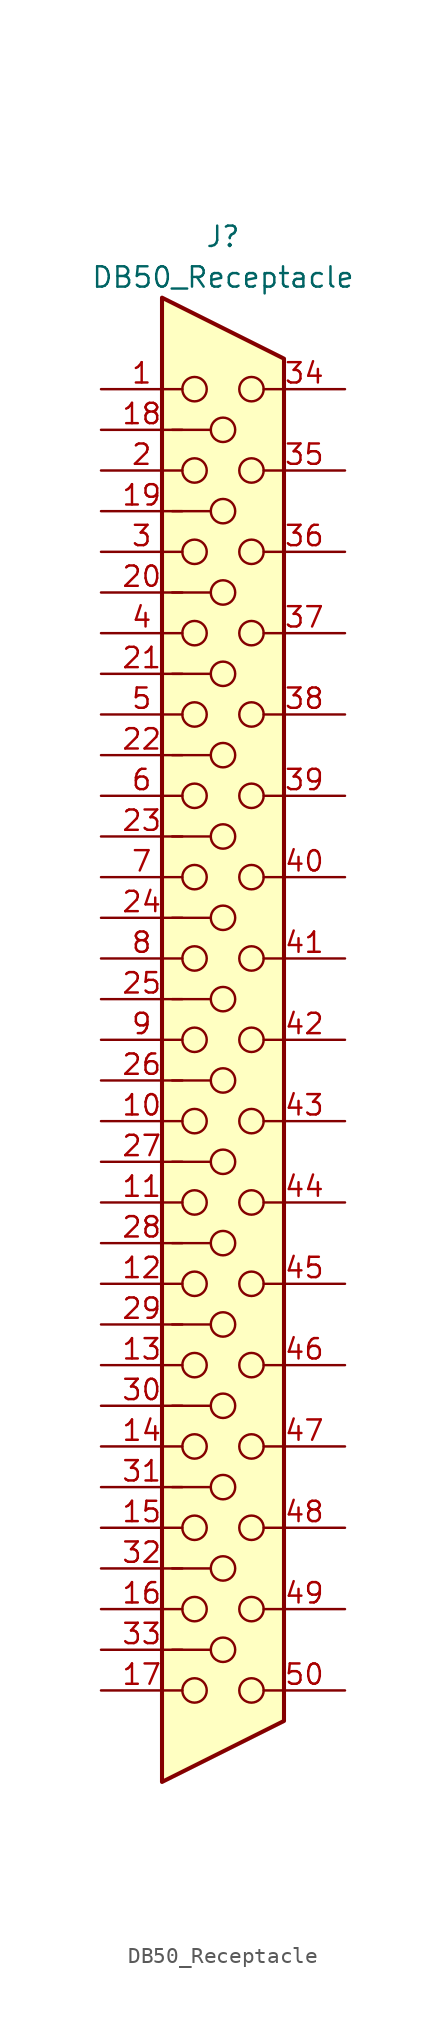
<source format=kicad_sym>
(kicad_symbol_lib
  (version 20220914)
  (generator kicad_symbol_editor)
  (symbol "DB50_Receptacle"
    (pin_names
      (offset 1.016) hide)
    (property "Reference" "J"
      (at 0 50.165 0)
      (effects (font (size 1.27 1.27))))
    (property "Value" "DB50_Receptacle"
      (at 0 47.625 0)
      (effects (font (size 1.27 1.27))))
    (symbol "DB50_Receptacle_0_1"
      (polyline (pts (xy -3.175 12.7) (xy -0.762 12.7)) (stroke (width 0) (type solid)) (fill (type none)))
      (polyline (pts (xy -0.762 -2.54) (xy -3.175 -2.54)) (stroke (width 0) (type solid)) (fill (type none)))
      (polyline (pts (xy -0.762 2.54) (xy -3.175 2.54)) (stroke (width 0) (type solid)) (fill (type none)))
      (polyline (pts (xy -0.762 7.62) (xy -3.175 7.62)) (stroke (width 0) (type solid)) (fill (type none)))
      (polyline (pts (xy -0.762 22.86) (xy -3.175 22.86)) (stroke (width 0) (type solid)) (fill (type none)))
      (polyline (pts (xy -3.81 46.355) (xy -3.81 -46.355) (xy 3.81 -42.545) (xy 3.81 42.545) (xy -3.81 46.355)) (stroke (width 0.254) (type solid)) (fill (type background))))
    (symbol "DB50_Receptacle_1_1"
      (circle (center -1.778 -40.64) (radius 0.762) (stroke (width 0) (type solid)) (fill (type none)))
      (circle (center -1.778 -35.56) (radius 0.762) (stroke (width 0) (type solid)) (fill (type none)))
      (circle (center -1.778 -30.48) (radius 0.762) (stroke (width 0) (type solid)) (fill (type none)))
      (circle (center -1.778 -25.4) (radius 0.762) (stroke (width 0) (type solid)) (fill (type none)))
      (circle (center -1.778 -20.32) (radius 0.762) (stroke (width 0) (type solid)) (fill (type none)))
      (circle (center -1.778 -15.24) (radius 0.762) (stroke (width 0) (type solid)) (fill (type none)))
      (circle (center -1.778 -10.16) (radius 0.762) (stroke (width 0) (type solid)) (fill (type none)))
      (circle (center -1.778 -5.08) (radius 0.762) (stroke (width 0) (type solid)) (fill (type none)))
      (circle (center -1.778 0) (radius 0.762) (stroke (width 0) (type solid)) (fill (type none)))
      (circle (center -1.778 5.08) (radius 0.762) (stroke (width 0) (type solid)) (fill (type none)))
      (circle (center -1.778 10.16) (radius 0.762) (stroke (width 0) (type solid)) (fill (type none)))
      (circle (center -1.778 15.24) (radius 0.762) (stroke (width 0) (type solid)) (fill (type none)))
      (circle (center -1.778 20.32) (radius 0.762) (stroke (width 0) (type solid)) (fill (type none)))
      (circle (center -1.778 25.4) (radius 0.762) (stroke (width 0) (type solid)) (fill (type none)))
      (circle (center -1.778 30.48) (radius 0.762) (stroke (width 0) (type solid)) (fill (type none)))
      (circle (center -1.778 35.56) (radius 0.762) (stroke (width 0) (type solid)) (fill (type none)))
      (circle (center -1.778 40.64) (radius 0.762) (stroke (width 0) (type solid)) (fill (type none)))
      (circle (center 0 -38.1) (radius 0.762) (stroke (width 0) (type solid)) (fill (type none)))
      (circle (center 0 -33.02) (radius 0.762) (stroke (width 0) (type solid)) (fill (type none)))
      (circle (center 0 -27.94) (radius 0.762) (stroke (width 0) (type solid)) (fill (type none)))
      (circle (center 0 -22.86) (radius 0.762) (stroke (width 0) (type solid)) (fill (type none)))
      (circle (center 0 -17.78) (radius 0.762) (stroke (width 0) (type solid)) (fill (type none)))
      (circle (center 0 -12.7) (radius 0.762) (stroke (width 0) (type solid)) (fill (type none)))
      (circle (center 0 -7.62) (radius 0.762) (stroke (width 0) (type solid)) (fill (type none)))
      (circle (center 0 -2.54) (radius 0.762) (stroke (width 0) (type solid)) (fill (type none)))
      (polyline (pts (xy -3.175 17.78) (xy -0.762 17.78)) (stroke (width 0) (type solid)) (fill (type none)))
      (polyline (pts (xy -0.762 -38.1) (xy -3.175 -38.1)) (stroke (width 0) (type solid)) (fill (type none)))
      (polyline (pts (xy -0.762 -33.02) (xy -3.175 -33.02)) (stroke (width 0) (type solid)) (fill (type none)))
      (polyline (pts (xy -0.762 -27.94) (xy -3.175 -27.94)) (stroke (width 0) (type solid)) (fill (type none)))
      (polyline (pts (xy -0.762 -22.86) (xy -3.175 -22.86)) (stroke (width 0) (type solid)) (fill (type none)))
      (polyline (pts (xy -0.762 -17.78) (xy -3.175 -17.78)) (stroke (width 0) (type solid)) (fill (type none)))
      (polyline (pts (xy -0.762 -12.7) (xy -3.175 -12.7)) (stroke (width 0) (type solid)) (fill (type none)))
      (polyline (pts (xy -0.762 -7.62) (xy -3.175 -7.62)) (stroke (width 0) (type solid)) (fill (type none)))
      (polyline (pts (xy -0.762 27.94) (xy -3.175 27.94)) (stroke (width 0) (type solid)) (fill (type none)))
      (polyline (pts (xy -0.762 33.02) (xy -3.175 33.02)) (stroke (width 0) (type solid)) (fill (type none)))
      (polyline (pts (xy -0.762 38.1) (xy -3.175 38.1)) (stroke (width 0) (type solid)) (fill (type none)))
      (circle (center 0 2.54) (radius 0.762) (stroke (width 0) (type solid)) (fill (type none)))
      (circle (center 0 7.62) (radius 0.762) (stroke (width 0) (type solid)) (fill (type none)))
      (circle (center 0 12.7) (radius 0.762) (stroke (width 0) (type solid)) (fill (type none)))
      (circle (center 0 17.78) (radius 0.762) (stroke (width 0) (type solid)) (fill (type none)))
      (circle (center 0 22.86) (radius 0.762) (stroke (width 0) (type solid)) (fill (type none)))
      (circle (center 0 27.94) (radius 0.762) (stroke (width 0) (type solid)) (fill (type none)))
      (circle (center 0 33.02) (radius 0.762) (stroke (width 0) (type solid)) (fill (type none)))
      (circle (center 0 38.1) (radius 0.762) (stroke (width 0) (type solid)) (fill (type none)))
      (circle (center 1.778 -40.64) (radius 0.762) (stroke (width 0) (type solid)) (fill (type none)))
      (circle (center 1.778 -35.56) (radius 0.762) (stroke (width 0) (type solid)) (fill (type none)))
      (circle (center 1.778 -30.48) (radius 0.762) (stroke (width 0) (type solid)) (fill (type none)))
      (circle (center 1.778 -25.4) (radius 0.762) (stroke (width 0) (type solid)) (fill (type none)))
      (circle (center 1.778 -20.32) (radius 0.762) (stroke (width 0) (type solid)) (fill (type none)))
      (circle (center 1.778 -15.24) (radius 0.762) (stroke (width 0) (type solid)) (fill (type none)))
      (circle (center 1.778 -10.16) (radius 0.762) (stroke (width 0) (type solid)) (fill (type none)))
      (circle (center 1.778 -5.08) (radius 0.762) (stroke (width 0) (type solid)) (fill (type none)))
      (circle (center 1.778 0) (radius 0.762) (stroke (width 0) (type solid)) (fill (type none)))
      (circle (center 1.778 5.08) (radius 0.762) (stroke (width 0) (type solid)) (fill (type none)))
      (circle (center 1.778 10.16) (radius 0.762) (stroke (width 0) (type solid)) (fill (type none)))
      (circle (center 1.778 15.24) (radius 0.762) (stroke (width 0) (type solid)) (fill (type none)))
      (circle (center 1.778 20.32) (radius 0.762) (stroke (width 0) (type solid)) (fill (type none)))
      (circle (center 1.778 25.4) (radius 0.762) (stroke (width 0) (type solid)) (fill (type none)))
      (circle (center 1.778 30.48) (radius 0.762) (stroke (width 0) (type solid)) (fill (type none)))
      (circle (center 1.778 35.56) (radius 0.762) (stroke (width 0) (type solid)) (fill (type none)))
      (circle (center 1.778 40.64) (radius 0.762) (stroke (width 0) (type solid)) (fill (type none)))
      (pin passive line (at -7.62 40.64 0) (length 5.08) (name "~" (effects (font (size 1.27 1.27)))) (number "1" (effects (font (size 1.27 1.27)))))
      (pin passive line (at -7.62 -5.08 0) (length 5.08) (name "~" (effects (font (size 1.27 1.27)))) (number "10" (effects (font (size 1.27 1.27)))))
      (pin passive line (at -7.62 -10.16 0) (length 5.08) (name "~" (effects (font (size 1.27 1.27)))) (number "11" (effects (font (size 1.27 1.27)))))
      (pin passive line (at -7.62 -15.24 0) (length 5.08) (name "~" (effects (font (size 1.27 1.27)))) (number "12" (effects (font (size 1.27 1.27)))))
      (pin passive line (at -7.62 -20.32 0) (length 5.08) (name "~" (effects (font (size 1.27 1.27)))) (number "13" (effects (font (size 1.27 1.27)))))
      (pin passive line (at -7.62 -25.4 0) (length 5.08) (name "~" (effects (font (size 1.27 1.27)))) (number "14" (effects (font (size 1.27 1.27)))))
      (pin passive line (at -7.62 -30.48 0) (length 5.08) (name "~" (effects (font (size 1.27 1.27)))) (number "15" (effects (font (size 1.27 1.27)))))
      (pin passive line (at -7.62 -35.56 0) (length 5.08) (name "~" (effects (font (size 1.27 1.27)))) (number "16" (effects (font (size 1.27 1.27)))))
      (pin passive line (at -7.62 -40.64 0) (length 5.08) (name "~" (effects (font (size 1.27 1.27)))) (number "17" (effects (font (size 1.27 1.27)))))
      (pin passive line (at -7.62 38.1 0) (length 5.08) (name "~" (effects (font (size 1.27 1.27)))) (number "18" (effects (font (size 1.27 1.27)))))
      (pin passive line (at -7.62 33.02 0) (length 5.08) (name "~" (effects (font (size 1.27 1.27)))) (number "19" (effects (font (size 1.27 1.27)))))
      (pin passive line (at -7.62 35.56 0) (length 5.08) (name "~" (effects (font (size 1.27 1.27)))) (number "2" (effects (font (size 1.27 1.27)))))
      (pin passive line (at -7.62 27.94 0) (length 5.08) (name "~" (effects (font (size 1.27 1.27)))) (number "20" (effects (font (size 1.27 1.27)))))
      (pin passive line (at -7.62 22.86 0) (length 5.08) (name "~" (effects (font (size 1.27 1.27)))) (number "21" (effects (font (size 1.27 1.27)))))
      (pin passive line (at -7.62 17.78 0) (length 5.08) (name "~" (effects (font (size 1.27 1.27)))) (number "22" (effects (font (size 1.27 1.27)))))
      (pin passive line (at -7.62 12.7 0) (length 5.08) (name "~" (effects (font (size 1.27 1.27)))) (number "23" (effects (font (size 1.27 1.27)))))
      (pin passive line (at -7.62 7.62 0) (length 5.08) (name "~" (effects (font (size 1.27 1.27)))) (number "24" (effects (font (size 1.27 1.27)))))
      (pin passive line (at -7.62 2.54 0) (length 5.08) (name "~" (effects (font (size 1.27 1.27)))) (number "25" (effects (font (size 1.27 1.27)))))
      (pin passive line (at -7.62 -2.54 0) (length 5.08) (name "~" (effects (font (size 1.27 1.27)))) (number "26" (effects (font (size 1.27 1.27)))))
      (pin passive line (at -7.62 -7.62 0) (length 5.08) (name "~" (effects (font (size 1.27 1.27)))) (number "27" (effects (font (size 1.27 1.27)))))
      (pin passive line (at -7.62 -12.7 0) (length 5.08) (name "~" (effects (font (size 1.27 1.27)))) (number "28" (effects (font (size 1.27 1.27)))))
      (pin passive line (at -7.62 -17.78 0) (length 5.08) (name "~" (effects (font (size 1.27 1.27)))) (number "29" (effects (font (size 1.27 1.27)))))
      (pin passive line (at -7.62 30.48 0) (length 5.08) (name "~" (effects (font (size 1.27 1.27)))) (number "3" (effects (font (size 1.27 1.27)))))
      (pin passive line (at -7.62 -22.86 0) (length 5.08) (name "~" (effects (font (size 1.27 1.27)))) (number "30" (effects (font (size 1.27 1.27)))))
      (pin passive line (at -7.62 -27.94 0) (length 5.08) (name "~" (effects (font (size 1.27 1.27)))) (number "31" (effects (font (size 1.27 1.27)))))
      (pin passive line (at -7.62 -33.02 0) (length 5.08) (name "~" (effects (font (size 1.27 1.27)))) (number "32" (effects (font (size 1.27 1.27)))))
      (pin passive line (at -7.62 -38.1 0) (length 5.08) (name "~" (effects (font (size 1.27 1.27)))) (number "33" (effects (font (size 1.27 1.27)))))
      (pin passive line (at 7.62 40.64 180) (length 5.08) (name "~" (effects (font (size 1.27 1.27)))) (number "34" (effects (font (size 1.27 1.27)))))
      (pin passive line (at 7.62 35.56 180) (length 5.08) (name "~" (effects (font (size 1.27 1.27)))) (number "35" (effects (font (size 1.27 1.27)))))
      (pin passive line (at 7.62 30.48 180) (length 5.08) (name "~" (effects (font (size 1.27 1.27)))) (number "36" (effects (font (size 1.27 1.27)))))
      (pin passive line (at 7.62 25.4 180) (length 5.08) (name "~" (effects (font (size 1.27 1.27)))) (number "37" (effects (font (size 1.27 1.27)))))
      (pin passive line (at 7.62 20.32 180) (length 5.08) (name "~" (effects (font (size 1.27 1.27)))) (number "38" (effects (font (size 1.27 1.27)))))
      (pin passive line (at 7.62 15.24 180) (length 5.08) (name "~" (effects (font (size 1.27 1.27)))) (number "39" (effects (font (size 1.27 1.27)))))
      (pin passive line (at -7.62 25.4 0) (length 5.08) (name "~" (effects (font (size 1.27 1.27)))) (number "4" (effects (font (size 1.27 1.27)))))
      (pin passive line (at 7.62 10.16 180) (length 5.08) (name "~" (effects (font (size 1.27 1.27)))) (number "40" (effects (font (size 1.27 1.27)))))
      (pin passive line (at 7.62 5.08 180) (length 5.08) (name "~" (effects (font (size 1.27 1.27)))) (number "41" (effects (font (size 1.27 1.27)))))
      (pin passive line (at 7.62 0 180) (length 5.08) (name "~" (effects (font (size 1.27 1.27)))) (number "42" (effects (font (size 1.27 1.27)))))
      (pin passive line (at 7.62 -5.08 180) (length 5.08) (name "~" (effects (font (size 1.27 1.27)))) (number "43" (effects (font (size 1.27 1.27)))))
      (pin passive line (at 7.62 -10.16 180) (length 5.08) (name "~" (effects (font (size 1.27 1.27)))) (number "44" (effects (font (size 1.27 1.27)))))
      (pin passive line (at 7.62 -15.24 180) (length 5.08) (name "~" (effects (font (size 1.27 1.27)))) (number "45" (effects (font (size 1.27 1.27)))))
      (pin passive line (at 7.62 -20.32 180) (length 5.08) (name "~" (effects (font (size 1.27 1.27)))) (number "46" (effects (font (size 1.27 1.27)))))
      (pin passive line (at 7.62 -25.4 180) (length 5.08) (name "~" (effects (font (size 1.27 1.27)))) (number "47" (effects (font (size 1.27 1.27)))))
      (pin passive line (at 7.62 -30.48 180) (length 5.08) (name "~" (effects (font (size 1.27 1.27)))) (number "48" (effects (font (size 1.27 1.27)))))
      (pin passive line (at 7.62 -35.56 180) (length 5.08) (name "~" (effects (font (size 1.27 1.27)))) (number "49" (effects (font (size 1.27 1.27)))))
      (pin passive line (at -7.62 20.32 0) (length 5.08) (name "~" (effects (font (size 1.27 1.27)))) (number "5" (effects (font (size 1.27 1.27)))))
      (pin passive line (at 7.62 -40.64 180) (length 5.08) (name "~" (effects (font (size 1.27 1.27)))) (number "50" (effects (font (size 1.27 1.27)))))
      (pin passive line (at -7.62 15.24 0) (length 5.08) (name "~" (effects (font (size 1.27 1.27)))) (number "6" (effects (font (size 1.27 1.27)))))
      (pin passive line (at -7.62 10.16 0) (length 5.08) (name "~" (effects (font (size 1.27 1.27)))) (number "7" (effects (font (size 1.27 1.27)))))
      (pin passive line (at -7.62 5.08 0) (length 5.08) (name "~" (effects (font (size 1.27 1.27)))) (number "8" (effects (font (size 1.27 1.27)))))
      (pin passive line (at -7.62 0 0) (length 5.08) (name "~" (effects (font (size 1.27 1.27)))) (number "9" (effects (font (size 1.27 1.27))))))))
</source>
